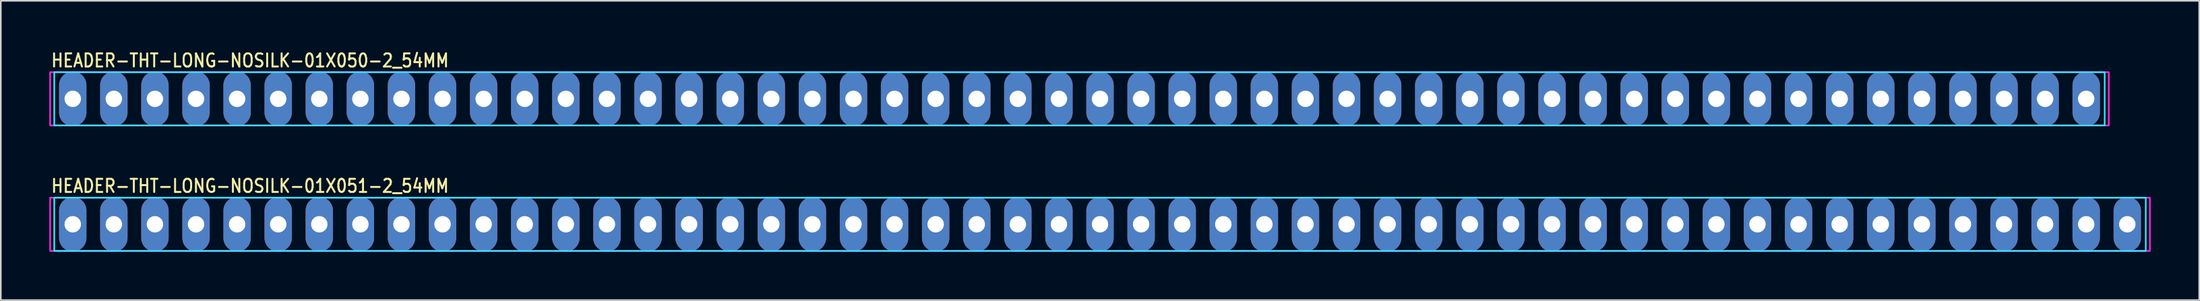
<source format=kicad_pcb>
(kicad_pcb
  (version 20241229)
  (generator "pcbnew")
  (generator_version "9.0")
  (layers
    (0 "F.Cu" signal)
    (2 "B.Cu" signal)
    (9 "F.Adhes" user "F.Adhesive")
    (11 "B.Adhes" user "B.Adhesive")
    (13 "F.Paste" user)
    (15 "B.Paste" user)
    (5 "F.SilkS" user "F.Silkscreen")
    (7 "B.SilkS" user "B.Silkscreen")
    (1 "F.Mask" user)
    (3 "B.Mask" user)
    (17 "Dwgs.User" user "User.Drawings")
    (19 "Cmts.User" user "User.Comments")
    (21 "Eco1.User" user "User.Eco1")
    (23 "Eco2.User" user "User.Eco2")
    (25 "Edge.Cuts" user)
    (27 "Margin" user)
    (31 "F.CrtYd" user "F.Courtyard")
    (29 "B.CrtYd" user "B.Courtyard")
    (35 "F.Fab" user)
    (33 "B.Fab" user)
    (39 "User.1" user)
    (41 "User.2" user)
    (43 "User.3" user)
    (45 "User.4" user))
  (footprint "HEADER-THT-LONG-NOSILK-01X050-2_54MM"
    (layer "F.Cu")
    (at 1.447 3.079)
    (property "Reference" "HEADER-THT-LONG-NOSILK-01X050-2_54MM" (at -1.4 -1.9 0) (unlocked yes) (layer "F.SilkS") (effects (font (size 0.813 0.695) (thickness 0.122)) (justify left bottom)))
    (fp_poly (pts (xy -1.143 -1.651) (xy 125.603 -1.651) (xy 125.603 1.651) (xy -1.143 1.651)) (stroke (width 0.1) (type solid)) (fill no) (layer "B.CrtYd"))
    (fp_poly (pts (xy -1.397 -1.651) (xy 125.857 -1.651) (xy 125.857 1.651) (xy -1.397 1.651)) (stroke (width 0.1) (type solid)) (fill no) (layer "F.CrtYd"))
    (pad "1" thru_hole oval (at 0 0 90) (size 3.387 1.693) (drill 1.016) (layers "*.Cu" "*.Mask"))
    (pad "2" thru_hole oval (at 2.54 0 90) (size 3.387 1.693) (drill 1.016) (layers "*.Cu" "*.Mask"))
    (pad "3" thru_hole oval (at 5.08 0 90) (size 3.387 1.693) (drill 1.016) (layers "*.Cu" "*.Mask"))
    (pad "4" thru_hole oval (at 7.62 0 90) (size 3.387 1.693) (drill 1.016) (layers "*.Cu" "*.Mask"))
    (pad "5" thru_hole oval (at 10.16 0 90) (size 3.387 1.693) (drill 1.016) (layers "*.Cu" "*.Mask"))
    (pad "6" thru_hole oval (at 12.7 0 90) (size 3.387 1.693) (drill 1.016) (layers "*.Cu" "*.Mask"))
    (pad "7" thru_hole oval (at 15.24 0 90) (size 3.387 1.693) (drill 1.016) (layers "*.Cu" "*.Mask"))
    (pad "8" thru_hole oval (at 17.78 0 90) (size 3.387 1.693) (drill 1.016) (layers "*.Cu" "*.Mask"))
    (pad "9" thru_hole oval (at 20.32 0 90) (size 3.387 1.693) (drill 1.016) (layers "*.Cu" "*.Mask"))
    (pad "10" thru_hole oval (at 22.86 0 90) (size 3.387 1.693) (drill 1.016) (layers "*.Cu" "*.Mask"))
    (pad "11" thru_hole oval (at 25.4 0 90) (size 3.387 1.693) (drill 1.016) (layers "*.Cu" "*.Mask"))
    (pad "12" thru_hole oval (at 27.94 0 90) (size 3.387 1.693) (drill 1.016) (layers "*.Cu" "*.Mask"))
    (pad "13" thru_hole oval (at 30.48 0 90) (size 3.387 1.693) (drill 1.016) (layers "*.Cu" "*.Mask"))
    (pad "14" thru_hole oval (at 33.02 0 90) (size 3.387 1.693) (drill 1.016) (layers "*.Cu" "*.Mask"))
    (pad "15" thru_hole oval (at 35.56 0 90) (size 3.387 1.693) (drill 1.016) (layers "*.Cu" "*.Mask"))
    (pad "16" thru_hole oval (at 38.1 0 90) (size 3.387 1.693) (drill 1.016) (layers "*.Cu" "*.Mask"))
    (pad "17" thru_hole oval (at 40.64 0 90) (size 3.387 1.693) (drill 1.016) (layers "*.Cu" "*.Mask"))
    (pad "18" thru_hole oval (at 43.18 0 90) (size 3.387 1.693) (drill 1.016) (layers "*.Cu" "*.Mask"))
    (pad "19" thru_hole oval (at 45.72 0 90) (size 3.387 1.693) (drill 1.016) (layers "*.Cu" "*.Mask"))
    (pad "20" thru_hole oval (at 48.26 0 90) (size 3.387 1.693) (drill 1.016) (layers "*.Cu" "*.Mask"))
    (pad "21" thru_hole oval (at 50.8 0 90) (size 3.387 1.693) (drill 1.016) (layers "*.Cu" "*.Mask"))
    (pad "22" thru_hole oval (at 53.34 0 90) (size 3.387 1.693) (drill 1.016) (layers "*.Cu" "*.Mask"))
    (pad "23" thru_hole oval (at 55.88 0 90) (size 3.387 1.693) (drill 1.016) (layers "*.Cu" "*.Mask"))
    (pad "24" thru_hole oval (at 58.42 0 90) (size 3.387 1.693) (drill 1.016) (layers "*.Cu" "*.Mask"))
    (pad "25" thru_hole oval (at 60.96 0 90) (size 3.387 1.693) (drill 1.016) (layers "*.Cu" "*.Mask"))
    (pad "26" thru_hole oval (at 63.5 0 90) (size 3.387 1.693) (drill 1.016) (layers "*.Cu" "*.Mask"))
    (pad "27" thru_hole oval (at 66.04 0 90) (size 3.387 1.693) (drill 1.016) (layers "*.Cu" "*.Mask"))
    (pad "28" thru_hole oval (at 68.58 0 90) (size 3.387 1.693) (drill 1.016) (layers "*.Cu" "*.Mask"))
    (pad "29" thru_hole oval (at 71.12 0 90) (size 3.387 1.693) (drill 1.016) (layers "*.Cu" "*.Mask"))
    (pad "30" thru_hole oval (at 73.66 0 90) (size 3.387 1.693) (drill 1.016) (layers "*.Cu" "*.Mask"))
    (pad "31" thru_hole oval (at 76.2 0 90) (size 3.387 1.693) (drill 1.016) (layers "*.Cu" "*.Mask"))
    (pad "32" thru_hole oval (at 78.74 0 90) (size 3.387 1.693) (drill 1.016) (layers "*.Cu" "*.Mask"))
    (pad "33" thru_hole oval (at 81.28 0 90) (size 3.387 1.693) (drill 1.016) (layers "*.Cu" "*.Mask"))
    (pad "34" thru_hole oval (at 83.82 0 90) (size 3.387 1.693) (drill 1.016) (layers "*.Cu" "*.Mask"))
    (pad "35" thru_hole oval (at 86.36 0 90) (size 3.387 1.693) (drill 1.016) (layers "*.Cu" "*.Mask"))
    (pad "36" thru_hole oval (at 88.9 0 90) (size 3.387 1.693) (drill 1.016) (layers "*.Cu" "*.Mask"))
    (pad "37" thru_hole oval (at 91.44 0 90) (size 3.387 1.693) (drill 1.016) (layers "*.Cu" "*.Mask"))
    (pad "38" thru_hole oval (at 93.98 0 90) (size 3.387 1.693) (drill 1.016) (layers "*.Cu" "*.Mask"))
    (pad "39" thru_hole oval (at 96.52 0 90) (size 3.387 1.693) (drill 1.016) (layers "*.Cu" "*.Mask"))
    (pad "40" thru_hole oval (at 99.06 0 90) (size 3.387 1.693) (drill 1.016) (layers "*.Cu" "*.Mask"))
    (pad "41" thru_hole oval (at 101.6 0 90) (size 3.387 1.693) (drill 1.016) (layers "*.Cu" "*.Mask"))
    (pad "42" thru_hole oval (at 104.14 0 90) (size 3.387 1.693) (drill 1.016) (layers "*.Cu" "*.Mask"))
    (pad "43" thru_hole oval (at 106.68 0 90) (size 3.387 1.693) (drill 1.016) (layers "*.Cu" "*.Mask"))
    (pad "44" thru_hole oval (at 109.22 0 90) (size 3.387 1.693) (drill 1.016) (layers "*.Cu" "*.Mask"))
    (pad "45" thru_hole oval (at 111.76 0 90) (size 3.387 1.693) (drill 1.016) (layers "*.Cu" "*.Mask"))
    (pad "46" thru_hole oval (at 114.3 0 90) (size 3.387 1.693) (drill 1.016) (layers "*.Cu" "*.Mask"))
    (pad "47" thru_hole oval (at 116.84 0 90) (size 3.387 1.693) (drill 1.016) (layers "*.Cu" "*.Mask"))
    (pad "48" thru_hole oval (at 119.38 0 90) (size 3.387 1.693) (drill 1.016) (layers "*.Cu" "*.Mask"))
    (pad "49" thru_hole oval (at 121.92 0 90) (size 3.387 1.693) (drill 1.016) (layers "*.Cu" "*.Mask"))
    (pad "50" thru_hole oval (at 124.46 0 90) (size 3.387 1.693) (drill 1.016) (layers "*.Cu" "*.Mask")))
  (footprint "HEADER-THT-LONG-NOSILK-01X051-2_54MM"
    (layer "F.Cu")
    (at 1.447 10.858)
    (property "Reference" "HEADER-THT-LONG-NOSILK-01X051-2_54MM" (at -1.4 -1.9 0) (unlocked yes) (layer "F.SilkS") (effects (font (size 0.813 0.695) (thickness 0.122)) (justify left bottom)))
    (fp_poly (pts (xy -1.143 -1.651) (xy 128.143 -1.651) (xy 128.143 1.651) (xy -1.143 1.651)) (stroke (width 0.1) (type solid)) (fill no) (layer "B.CrtYd"))
    (fp_poly (pts (xy -1.397 -1.651) (xy 128.397 -1.651) (xy 128.397 1.651) (xy -1.397 1.651)) (stroke (width 0.1) (type solid)) (fill no) (layer "F.CrtYd"))
    (pad "1" thru_hole oval (at 0 0 90) (size 3.387 1.693) (drill 1.016) (layers "*.Cu" "*.Mask"))
    (pad "2" thru_hole oval (at 2.54 0 90) (size 3.387 1.693) (drill 1.016) (layers "*.Cu" "*.Mask"))
    (pad "3" thru_hole oval (at 5.08 0 90) (size 3.387 1.693) (drill 1.016) (layers "*.Cu" "*.Mask"))
    (pad "4" thru_hole oval (at 7.62 0 90) (size 3.387 1.693) (drill 1.016) (layers "*.Cu" "*.Mask"))
    (pad "5" thru_hole oval (at 10.16 0 90) (size 3.387 1.693) (drill 1.016) (layers "*.Cu" "*.Mask"))
    (pad "6" thru_hole oval (at 12.7 0 90) (size 3.387 1.693) (drill 1.016) (layers "*.Cu" "*.Mask"))
    (pad "7" thru_hole oval (at 15.24 0 90) (size 3.387 1.693) (drill 1.016) (layers "*.Cu" "*.Mask"))
    (pad "8" thru_hole oval (at 17.78 0 90) (size 3.387 1.693) (drill 1.016) (layers "*.Cu" "*.Mask"))
    (pad "9" thru_hole oval (at 20.32 0 90) (size 3.387 1.693) (drill 1.016) (layers "*.Cu" "*.Mask"))
    (pad "10" thru_hole oval (at 22.86 0 90) (size 3.387 1.693) (drill 1.016) (layers "*.Cu" "*.Mask"))
    (pad "11" thru_hole oval (at 25.4 0 90) (size 3.387 1.693) (drill 1.016) (layers "*.Cu" "*.Mask"))
    (pad "12" thru_hole oval (at 27.94 0 90) (size 3.387 1.693) (drill 1.016) (layers "*.Cu" "*.Mask"))
    (pad "13" thru_hole oval (at 30.48 0 90) (size 3.387 1.693) (drill 1.016) (layers "*.Cu" "*.Mask"))
    (pad "14" thru_hole oval (at 33.02 0 90) (size 3.387 1.693) (drill 1.016) (layers "*.Cu" "*.Mask"))
    (pad "15" thru_hole oval (at 35.56 0 90) (size 3.387 1.693) (drill 1.016) (layers "*.Cu" "*.Mask"))
    (pad "16" thru_hole oval (at 38.1 0 90) (size 3.387 1.693) (drill 1.016) (layers "*.Cu" "*.Mask"))
    (pad "17" thru_hole oval (at 40.64 0 90) (size 3.387 1.693) (drill 1.016) (layers "*.Cu" "*.Mask"))
    (pad "18" thru_hole oval (at 43.18 0 90) (size 3.387 1.693) (drill 1.016) (layers "*.Cu" "*.Mask"))
    (pad "19" thru_hole oval (at 45.72 0 90) (size 3.387 1.693) (drill 1.016) (layers "*.Cu" "*.Mask"))
    (pad "20" thru_hole oval (at 48.26 0 90) (size 3.387 1.693) (drill 1.016) (layers "*.Cu" "*.Mask"))
    (pad "21" thru_hole oval (at 50.8 0 90) (size 3.387 1.693) (drill 1.016) (layers "*.Cu" "*.Mask"))
    (pad "22" thru_hole oval (at 53.34 0 90) (size 3.387 1.693) (drill 1.016) (layers "*.Cu" "*.Mask"))
    (pad "23" thru_hole oval (at 55.88 0 90) (size 3.387 1.693) (drill 1.016) (layers "*.Cu" "*.Mask"))
    (pad "24" thru_hole oval (at 58.42 0 90) (size 3.387 1.693) (drill 1.016) (layers "*.Cu" "*.Mask"))
    (pad "25" thru_hole oval (at 60.96 0 90) (size 3.387 1.693) (drill 1.016) (layers "*.Cu" "*.Mask"))
    (pad "26" thru_hole oval (at 63.5 0 90) (size 3.387 1.693) (drill 1.016) (layers "*.Cu" "*.Mask"))
    (pad "27" thru_hole oval (at 66.04 0 90) (size 3.387 1.693) (drill 1.016) (layers "*.Cu" "*.Mask"))
    (pad "28" thru_hole oval (at 68.58 0 90) (size 3.387 1.693) (drill 1.016) (layers "*.Cu" "*.Mask"))
    (pad "29" thru_hole oval (at 71.12 0 90) (size 3.387 1.693) (drill 1.016) (layers "*.Cu" "*.Mask"))
    (pad "30" thru_hole oval (at 73.66 0 90) (size 3.387 1.693) (drill 1.016) (layers "*.Cu" "*.Mask"))
    (pad "31" thru_hole oval (at 76.2 0 90) (size 3.387 1.693) (drill 1.016) (layers "*.Cu" "*.Mask"))
    (pad "32" thru_hole oval (at 78.74 0 90) (size 3.387 1.693) (drill 1.016) (layers "*.Cu" "*.Mask"))
    (pad "33" thru_hole oval (at 81.28 0 90) (size 3.387 1.693) (drill 1.016) (layers "*.Cu" "*.Mask"))
    (pad "34" thru_hole oval (at 83.82 0 90) (size 3.387 1.693) (drill 1.016) (layers "*.Cu" "*.Mask"))
    (pad "35" thru_hole oval (at 86.36 0 90) (size 3.387 1.693) (drill 1.016) (layers "*.Cu" "*.Mask"))
    (pad "36" thru_hole oval (at 88.9 0 90) (size 3.387 1.693) (drill 1.016) (layers "*.Cu" "*.Mask"))
    (pad "37" thru_hole oval (at 91.44 0 90) (size 3.387 1.693) (drill 1.016) (layers "*.Cu" "*.Mask"))
    (pad "38" thru_hole oval (at 93.98 0 90) (size 3.387 1.693) (drill 1.016) (layers "*.Cu" "*.Mask"))
    (pad "39" thru_hole oval (at 96.52 0 90) (size 3.387 1.693) (drill 1.016) (layers "*.Cu" "*.Mask"))
    (pad "40" thru_hole oval (at 99.06 0 90) (size 3.387 1.693) (drill 1.016) (layers "*.Cu" "*.Mask"))
    (pad "41" thru_hole oval (at 101.6 0 90) (size 3.387 1.693) (drill 1.016) (layers "*.Cu" "*.Mask"))
    (pad "42" thru_hole oval (at 104.14 0 90) (size 3.387 1.693) (drill 1.016) (layers "*.Cu" "*.Mask"))
    (pad "43" thru_hole oval (at 106.68 0 90) (size 3.387 1.693) (drill 1.016) (layers "*.Cu" "*.Mask"))
    (pad "44" thru_hole oval (at 109.22 0 90) (size 3.387 1.693) (drill 1.016) (layers "*.Cu" "*.Mask"))
    (pad "45" thru_hole oval (at 111.76 0 90) (size 3.387 1.693) (drill 1.016) (layers "*.Cu" "*.Mask"))
    (pad "46" thru_hole oval (at 114.3 0 90) (size 3.387 1.693) (drill 1.016) (layers "*.Cu" "*.Mask"))
    (pad "47" thru_hole oval (at 116.84 0 90) (size 3.387 1.693) (drill 1.016) (layers "*.Cu" "*.Mask"))
    (pad "48" thru_hole oval (at 119.38 0 90) (size 3.387 1.693) (drill 1.016) (layers "*.Cu" "*.Mask"))
    (pad "49" thru_hole oval (at 121.92 0 90) (size 3.387 1.693) (drill 1.016) (layers "*.Cu" "*.Mask"))
    (pad "50" thru_hole oval (at 124.46 0 90) (size 3.387 1.693) (drill 1.016) (layers "*.Cu" "*.Mask"))
    (pad "51" thru_hole oval (at 127 0 90) (size 3.387 1.693) (drill 1.016) (layers "*.Cu" "*.Mask")))
  (gr_rect
    (start -3 -3)
    (end 132.894 15.559)
    (stroke (width 0.1) (type default))
    (fill no)
    (layer "Edge.Cuts")))
</source>
